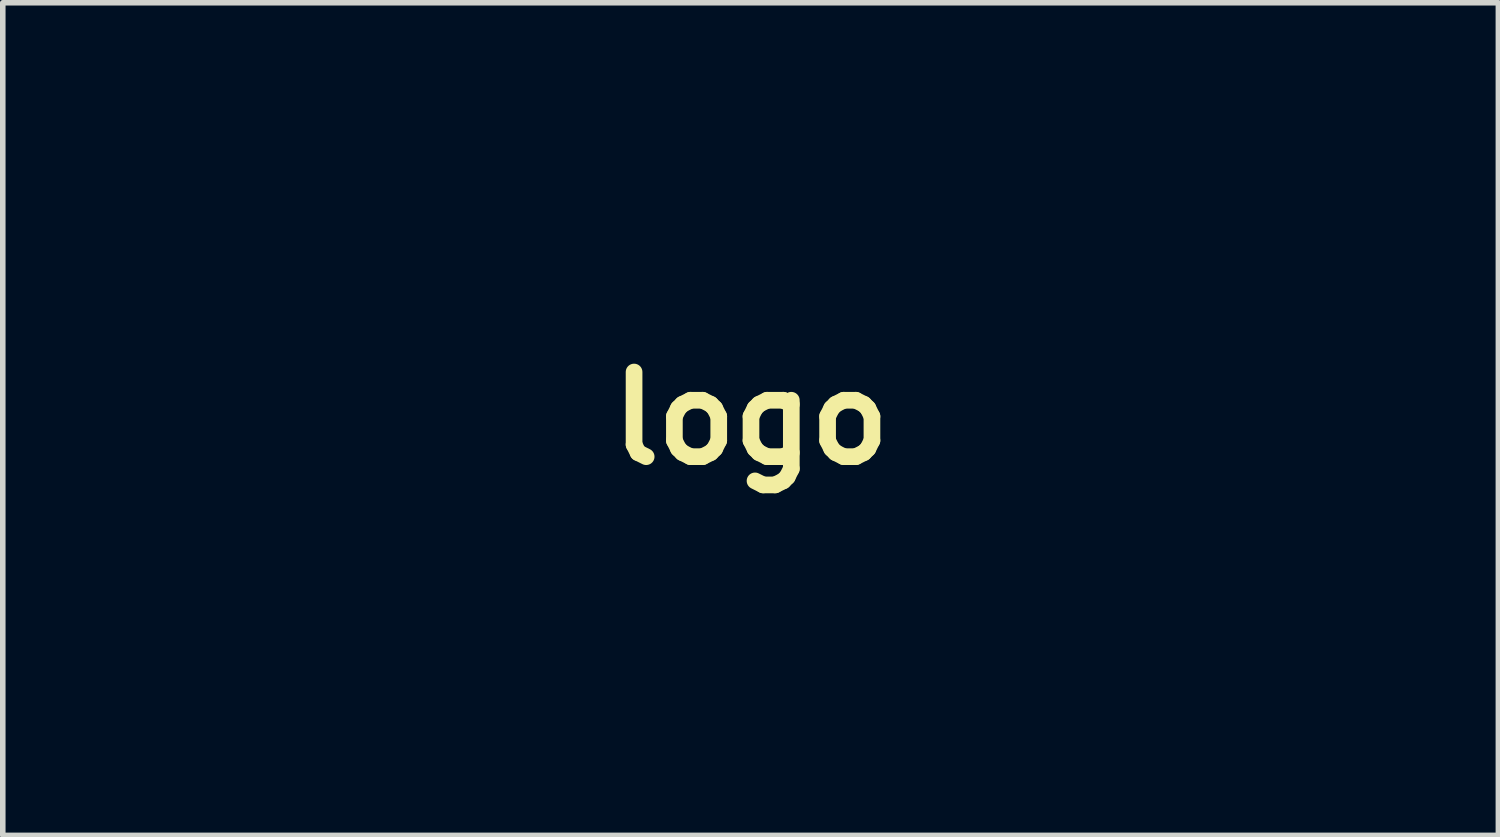
<source format=kicad_pcb>
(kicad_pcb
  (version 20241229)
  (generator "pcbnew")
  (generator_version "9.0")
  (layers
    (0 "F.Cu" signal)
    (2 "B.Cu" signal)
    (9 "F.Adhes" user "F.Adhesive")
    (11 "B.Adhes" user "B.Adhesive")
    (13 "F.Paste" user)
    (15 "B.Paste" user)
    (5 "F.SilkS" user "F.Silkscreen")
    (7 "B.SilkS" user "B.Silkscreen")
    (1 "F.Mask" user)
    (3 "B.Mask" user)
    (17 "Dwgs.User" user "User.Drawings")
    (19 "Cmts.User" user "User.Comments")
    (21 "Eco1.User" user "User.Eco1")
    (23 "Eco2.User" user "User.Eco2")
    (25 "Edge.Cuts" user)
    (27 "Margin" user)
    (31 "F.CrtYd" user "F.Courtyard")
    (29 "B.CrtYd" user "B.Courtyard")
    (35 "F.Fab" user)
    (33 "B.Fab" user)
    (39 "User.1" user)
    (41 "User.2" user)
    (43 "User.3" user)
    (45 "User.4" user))
  (footprint "logo"
    (layer "F.Cu")
    (at 10.468 4.481)
    (property "Reference" "logo" (at 0 0 0) (layer "F.SilkS") (effects (font (size 1.524 1.524) (thickness 0.3))))
    (attr through_hole)
    (fp_poly (pts (xy 0.082 -1.917) (xy 0.088 -1.912) (xy 0.113 -1.861) (xy 0.112 -1.798) (xy 0.088 -1.746) (xy 0.071 -1.733) (xy -0.002 -1.71) (xy -0.062 -1.73) (xy -0.079 -1.745) (xy -0.11 -1.802) (xy -0.111 -1.866) (xy -0.088 -1.912) (xy -0.038 -1.935) (xy 0.027 -1.937) (xy 0.082 -1.917)) (stroke (width 0.01) (type solid)) (fill yes) (layer "F.Mask"))
    (fp_poly (pts (xy -1.159 -1.874) (xy -1.109 -1.824) (xy -1.073 -1.761) (xy -1.062 -1.71) (xy -1.081 -1.632) (xy -1.131 -1.577) (xy -1.199 -1.548) (xy -1.273 -1.55) (xy -1.341 -1.587) (xy -1.361 -1.608) (xy -1.399 -1.669) (xy -1.405 -1.724) (xy -1.383 -1.786) (xy -1.335 -1.844) (xy -1.264 -1.884) (xy -1.21 -1.893) (xy -1.159 -1.874)) (stroke (width 0.01) (type solid)) (fill yes) (layer "F.Mask"))
    (fp_poly (pts (xy -3.138 2.225) (xy -3.06 2.289) (xy -3.014 2.374) (xy -3.006 2.459) (xy -3.031 2.54) (xy -3.081 2.607) (xy -3.151 2.653) (xy -3.234 2.672) (xy -3.323 2.656) (xy -3.363 2.635) (xy -3.434 2.568) (xy -3.468 2.484) (xy -3.469 2.436) (xy -3.377 2.436) (xy -3.357 2.504) (xy -3.307 2.559) (xy -3.241 2.586) (xy -3.23 2.586) (xy -3.182 2.571) (xy -3.14 2.54) (xy -3.105 2.485) (xy -3.094 2.436) (xy -3.112 2.373) (xy -3.157 2.318) (xy -3.214 2.288) (xy -3.23 2.286) (xy -3.297 2.307) (xy -3.351 2.358) (xy -3.376 2.425) (xy -3.377 2.436) (xy -3.469 2.436) (xy -3.469 2.394) (xy -3.436 2.311) (xy -3.37 2.245) (xy -3.332 2.225) (xy -3.23 2.203) (xy -3.138 2.225)) (stroke (width 0.01) (type solid)) (fill yes) (layer "F.Mask"))
    (fp_poly (pts (xy -1.089 -2.207) (xy -0.964 -2.153) (xy -0.853 -2.061) (xy -0.833 -2.038) (xy -0.757 -1.913) (xy -0.721 -1.777) (xy -0.724 -1.638) (xy -0.764 -1.504) (xy -0.839 -1.384) (xy -0.947 -1.286) (xy -1.002 -1.254) (xy -1.086 -1.226) (xy -1.193 -1.212) (xy -1.302 -1.211) (xy -1.392 -1.226) (xy -1.403 -1.23) (xy -1.536 -1.304) (xy -1.637 -1.409) (xy -1.704 -1.54) (xy -1.731 -1.691) (xy -1.731 -1.699) (xy -1.541 -1.699) (xy -1.513 -1.587) (xy -1.511 -1.582) (xy -1.443 -1.488) (xy -1.347 -1.43) (xy -1.224 -1.409) (xy -1.215 -1.409) (xy -1.144 -1.413) (xy -1.093 -1.431) (xy -1.04 -1.472) (xy -1.013 -1.498) (xy -0.96 -1.557) (xy -0.933 -1.606) (xy -0.924 -1.667) (xy -0.924 -1.7) (xy -0.943 -1.819) (xy -0.994 -1.915) (xy -1.07 -1.986) (xy -1.163 -2.025) (xy -1.265 -2.029) (xy -1.37 -1.992) (xy -1.378 -1.987) (xy -1.471 -1.907) (xy -1.526 -1.809) (xy -1.541 -1.699) (xy -1.731 -1.699) (xy -1.732 -1.717) (xy -1.712 -1.863) (xy -1.657 -1.988) (xy -1.573 -2.089) (xy -1.467 -2.164) (xy -1.347 -2.21) (xy -1.218 -2.225) (xy -1.089 -2.207)) (stroke (width 0.01) (type solid)) (fill yes) (layer "F.Mask"))
    (fp_poly (pts (xy -6.995 0.495) (xy -6.847 0.546) (xy -6.711 0.63) (xy -6.594 0.747) (xy -6.503 0.898) (xy -6.501 0.903) (xy -6.467 0.985) (xy -6.449 1.053) (xy -6.444 1.127) (xy -6.447 1.221) (xy -6.477 1.405) (xy -6.544 1.562) (xy -6.649 1.692) (xy -6.792 1.797) (xy -6.84 1.823) (xy -6.929 1.863) (xy -7.006 1.884) (xy -7.094 1.892) (xy -7.145 1.892) (xy -7.244 1.886) (xy -7.341 1.872) (xy -7.406 1.855) (xy -7.513 1.799) (xy -7.622 1.712) (xy -7.72 1.605) (xy -7.793 1.492) (xy -7.796 1.486) (xy -7.848 1.328) (xy -7.859 1.189) (xy -7.747 1.189) (xy -7.745 1.29) (xy -7.736 1.361) (xy -7.716 1.42) (xy -7.684 1.482) (xy -7.58 1.616) (xy -7.453 1.714) (xy -7.31 1.775) (xy -7.155 1.795) (xy -6.997 1.774) (xy -6.857 1.717) (xy -6.725 1.622) (xy -6.628 1.502) (xy -6.566 1.365) (xy -6.54 1.217) (xy -6.551 1.068) (xy -6.601 0.923) (xy -6.69 0.791) (xy -6.716 0.763) (xy -6.847 0.661) (xy -6.991 0.6) (xy -7.142 0.579) (xy -7.291 0.596) (xy -7.434 0.649) (xy -7.562 0.739) (xy -7.668 0.864) (xy -7.704 0.924) (xy -7.729 0.992) (xy -7.743 1.082) (xy -7.747 1.189) (xy -7.859 1.189) (xy -7.861 1.159) (xy -7.835 0.992) (xy -7.8 0.899) (xy -7.708 0.748) (xy -7.59 0.63) (xy -7.454 0.546) (xy -7.305 0.496) (xy -7.15 0.479) (xy -6.995 0.495)) (stroke (width 0.01) (type solid)) (fill yes) (layer "F.Mask"))
    (fp_poly (pts (xy 7.163 0.496) (xy 7.313 0.548) (xy 7.45 0.633) (xy 7.568 0.754) (xy 7.638 0.863) (xy 7.669 0.928) (xy 7.688 0.989) (xy 7.697 1.061) (xy 7.7 1.159) (xy 7.7 1.189) (xy 7.698 1.3) (xy 7.69 1.379) (xy 7.673 1.441) (xy 7.649 1.494) (xy 7.549 1.644) (xy 7.424 1.759) (xy 7.339 1.813) (xy 7.262 1.849) (xy 7.189 1.871) (xy 7.099 1.882) (xy 7.031 1.886) (xy 6.88 1.883) (xy 6.766 1.862) (xy 6.748 1.856) (xy 6.643 1.8) (xy 6.535 1.714) (xy 6.437 1.611) (xy 6.364 1.504) (xy 6.349 1.473) (xy 6.302 1.312) (xy 6.296 1.189) (xy 6.397 1.189) (xy 6.417 1.349) (xy 6.475 1.49) (xy 6.564 1.609) (xy 6.678 1.701) (xy 6.811 1.763) (xy 6.957 1.793) (xy 7.109 1.785) (xy 7.261 1.736) (xy 7.298 1.717) (xy 7.433 1.621) (xy 7.53 1.499) (xy 7.588 1.352) (xy 7.607 1.189) (xy 7.604 1.091) (xy 7.591 1.018) (xy 7.563 0.947) (xy 7.54 0.904) (xy 7.439 0.764) (xy 7.314 0.662) (xy 7.169 0.6) (xy 7.006 0.581) (xy 6.951 0.583) (xy 6.789 0.62) (xy 6.648 0.693) (xy 6.534 0.799) (xy 6.451 0.933) (xy 6.405 1.087) (xy 6.397 1.189) (xy 6.296 1.189) (xy 6.294 1.141) (xy 6.325 0.975) (xy 6.354 0.899) (xy 6.446 0.748) (xy 6.564 0.63) (xy 6.701 0.546) (xy 6.851 0.496) (xy 7.007 0.479) (xy 7.163 0.496)) (stroke (width 0.01) (type solid)) (fill yes) (layer "F.Mask"))
    (fp_poly (pts (xy 7.217 -0.704) (xy 7.478 -0.664) (xy 7.722 -0.585) (xy 7.959 -0.467) (xy 8.056 -0.406) (xy 8.283 -0.228) (xy 8.483 -0.016) (xy 8.65 0.223) (xy 8.781 0.484) (xy 8.86 0.716) (xy 8.886 0.851) (xy 8.9 1.016) (xy 8.904 1.197) (xy 8.897 1.378) (xy 8.879 1.546) (xy 8.851 1.685) (xy 8.849 1.693) (xy 8.746 1.969) (xy 8.605 2.224) (xy 8.428 2.454) (xy 8.221 2.655) (xy 7.986 2.823) (xy 7.727 2.955) (xy 7.524 3.027) (xy 7.398 3.054) (xy 7.243 3.074) (xy 7.075 3.085) (xy 6.907 3.088) (xy 6.753 3.081) (xy 6.629 3.064) (xy 6.616 3.061) (xy 6.327 2.972) (xy 6.06 2.845) (xy 5.82 2.683) (xy 5.607 2.488) (xy 5.427 2.264) (xy 5.281 2.013) (xy 5.172 1.739) (xy 5.147 1.651) (xy 5.114 1.468) (xy 5.098 1.261) (xy 5.099 1.178) (xy 5.208 1.178) (xy 5.211 1.361) (xy 5.225 1.514) (xy 5.252 1.649) (xy 5.295 1.783) (xy 5.358 1.928) (xy 5.396 2.006) (xy 5.537 2.237) (xy 5.714 2.446) (xy 5.922 2.627) (xy 6.154 2.777) (xy 6.406 2.892) (xy 6.671 2.967) (xy 6.735 2.978) (xy 6.883 2.991) (xy 7.055 2.99) (xy 7.235 2.975) (xy 7.402 2.949) (xy 7.462 2.935) (xy 7.725 2.844) (xy 7.97 2.713) (xy 8.191 2.547) (xy 8.385 2.349) (xy 8.548 2.123) (xy 8.677 1.874) (xy 8.756 1.643) (xy 8.788 1.471) (xy 8.804 1.274) (xy 8.802 1.07) (xy 8.784 0.875) (xy 8.755 0.733) (xy 8.66 0.461) (xy 8.526 0.213) (xy 8.351 -0.013) (xy 8.222 -0.143) (xy 8.002 -0.318) (xy 7.765 -0.453) (xy 7.506 -0.548) (xy 7.267 -0.601) (xy 6.995 -0.622) (xy 6.725 -0.6) (xy 6.462 -0.536) (xy 6.211 -0.435) (xy 5.977 -0.297) (xy 5.765 -0.127) (xy 5.581 0.074) (xy 5.428 0.304) (xy 5.405 0.346) (xy 5.324 0.515) (xy 5.267 0.668) (xy 5.232 0.82) (xy 5.213 0.987) (xy 5.208 1.178) (xy 5.099 1.178) (xy 5.101 1.047) (xy 5.123 0.846) (xy 5.147 0.727) (xy 5.242 0.448) (xy 5.376 0.19) (xy 5.546 -0.044) (xy 5.747 -0.249) (xy 5.978 -0.422) (xy 6.154 -0.52) (xy 6.311 -0.592) (xy 6.451 -0.643) (xy 6.59 -0.677) (xy 6.744 -0.698) (xy 6.927 -0.71) (xy 6.931 -0.71) (xy 7.217 -0.704)) (stroke (width 0.01) (type solid)) (fill yes) (layer "F.Mask"))
    (fp_poly (pts (xy -1.305 -2.876) (xy -1.18 -2.87) (xy -1.056 -2.863) (xy -0.95 -2.858) (xy -0.889 -2.855) (xy -0.779 -2.837) (xy -0.64 -2.793) (xy -0.476 -2.726) (xy -0.296 -2.64) (xy -0.104 -2.537) (xy 0.093 -2.42) (xy 0.289 -2.294) (xy 0.383 -2.228) (xy 0.488 -2.147) (xy 0.603 -2.049) (xy 0.72 -1.941) (xy 0.836 -1.827) (xy 0.944 -1.714) (xy 1.04 -1.607) (xy 1.118 -1.511) (xy 1.173 -1.432) (xy 1.199 -1.375) (xy 1.201 -1.364) (xy 1.197 -1.331) (xy 1.183 -1.307) (xy 1.153 -1.29) (xy 1.101 -1.28) (xy 1.021 -1.275) (xy 0.908 -1.276) (xy 0.757 -1.28) (xy 0.694 -1.283) (xy 0.557 -1.287) (xy 0.438 -1.291) (xy 0.343 -1.292) (xy 0.279 -1.292) (xy 0.254 -1.289) (xy 0.254 -1.289) (xy 0.271 -1.27) (xy 0.312 -1.236) (xy 0.324 -1.227) (xy 0.394 -1.175) (xy 0.552 -1.273) (xy 0.83 -1.185) (xy 0.935 -1.151) (xy 1.022 -1.12) (xy 1.082 -1.097) (xy 1.108 -1.084) (xy 1.108 -1.084) (xy 1.088 -1.07) (xy 1.034 -1.039) (xy 0.952 -0.997) (xy 0.848 -0.945) (xy 0.768 -0.906) (xy 0.544 -0.801) (xy 0.338 -0.713) (xy 0.158 -0.643) (xy 0.007 -0.594) (xy -0.057 -0.578) (xy -0.111 -0.559) (xy -0.17 -0.524) (xy -0.241 -0.466) (xy -0.332 -0.38) (xy -0.336 -0.376) (xy -0.541 -0.205) (xy -0.763 -0.076) (xy -1 0.009) (xy -1.251 0.051) (xy -1.513 0.048) (xy -1.536 0.046) (xy -1.789 -0.003) (xy -2.022 -0.093) (xy -2.237 -0.225) (xy -2.415 -0.379) (xy -2.584 -0.579) (xy -2.713 -0.798) (xy -2.8 -1.031) (xy -2.846 -1.274) (xy -2.849 -1.498) (xy -2.655 -1.498) (xy -2.649 -1.275) (xy -2.603 -1.056) (xy -2.516 -0.845) (xy -2.389 -0.647) (xy -2.286 -0.53) (xy -2.119 -0.382) (xy -1.945 -0.274) (xy -1.752 -0.199) (xy -1.705 -0.185) (xy -1.468 -0.145) (xy -1.233 -0.15) (xy -1.053 -0.184) (xy -0.869 -0.243) (xy -0.711 -0.323) (xy -0.561 -0.433) (xy -0.502 -0.485) (xy -0.361 -0.615) (xy -0.422 -0.696) (xy -0.509 -0.832) (xy -0.565 -0.98) (xy -0.592 -1.145) (xy -0.591 -1.333) (xy -0.561 -1.551) (xy -0.544 -1.639) (xy -0.519 -1.756) (xy -0.497 -1.862) (xy -0.48 -1.946) (xy -0.47 -1.997) (xy -0.47 -1.998) (xy -0.467 -2.03) (xy -0.476 -2.062) (xy -0.5 -2.099) (xy -0.545 -2.15) (xy -0.617 -2.222) (xy -0.662 -2.265) (xy -0.791 -2.391) (xy -0.892 -2.488) (xy -0.971 -2.561) (xy -1.033 -2.613) (xy -1.082 -2.648) (xy -1.126 -2.67) (xy -1.169 -2.682) (xy -1.216 -2.688) (xy -1.273 -2.692) (xy -1.297 -2.693) (xy -1.538 -2.688) (xy -1.767 -2.638) (xy -1.981 -2.545) (xy -2.179 -2.409) (xy -2.276 -2.32) (xy -2.431 -2.136) (xy -2.546 -1.934) (xy -2.62 -1.72) (xy -2.655 -1.498) (xy -2.849 -1.498) (xy -2.849 -1.522) (xy -2.81 -1.771) (xy -2.726 -2.016) (xy -2.662 -2.147) (xy -2.564 -2.294) (xy -2.436 -2.44) (xy -2.29 -2.574) (xy -2.139 -2.683) (xy -2.116 -2.695) (xy -0.865 -2.695) (xy -0.864 -2.682) (xy -0.842 -2.654) (xy -0.797 -2.607) (xy -0.726 -2.538) (xy -0.625 -2.443) (xy -0.593 -2.412) (xy -0.468 -2.292) (xy -0.377 -2.2) (xy -0.319 -2.134) (xy -0.291 -2.092) (xy -0.289 -2.077) (xy -0.323 -1.952) (xy -0.358 -1.799) (xy -0.389 -1.634) (xy -0.414 -1.475) (xy -0.429 -1.338) (xy -0.432 -1.302) (xy -0.437 -1.192) (xy -0.436 -1.114) (xy -0.429 -1.055) (xy -0.412 -1) (xy -0.384 -0.935) (xy -0.383 -0.933) (xy -0.334 -0.832) (xy -0.292 -0.767) (xy -0.25 -0.732) (xy -0.199 -0.72) (xy -0.136 -0.723) (xy -0.067 -0.737) (xy 0.029 -0.764) (xy 0.137 -0.799) (xy 0.191 -0.818) (xy 0.307 -0.864) (xy 0.429 -0.913) (xy 0.535 -0.959) (xy 0.568 -0.974) (xy 0.726 -1.048) (xy 0.649 -1.079) (xy 0.6 -1.096) (xy 0.558 -1.094) (xy 0.505 -1.072) (xy 0.471 -1.053) (xy 0.369 -0.996) (xy 0.232 -1.111) (xy 0.128 -1.05) (xy 0.066 -1.018) (xy 0.018 -1.002) (xy 0.003 -1.003) (xy -0.012 -1.028) (xy -0.037 -1.085) (xy -0.066 -1.162) (xy -0.097 -1.249) (xy -0.107 -1.281) (xy 0.055 -1.281) (xy 0.055 -1.28) (xy 0.068 -1.236) (xy 0.069 -1.222) (xy 0.075 -1.204) (xy 0.098 -1.206) (xy 0.15 -1.229) (xy 0.168 -1.239) (xy 0.214 -1.265) (xy 0.223 -1.28) (xy 0.198 -1.294) (xy 0.196 -1.295) (xy 0.134 -1.311) (xy 0.096 -1.315) (xy 0.057 -1.308) (xy 0.055 -1.281) (xy -0.107 -1.281) (xy -0.125 -1.334) (xy -0.147 -1.405) (xy -0.158 -1.453) (xy -0.158 -1.465) (xy -0.134 -1.467) (xy -0.071 -1.466) (xy 0.022 -1.462) (xy 0.138 -1.457) (xy 0.219 -1.453) (xy 0.445 -1.442) (xy 0.633 -1.436) (xy 0.781 -1.434) (xy 0.887 -1.435) (xy 0.951 -1.442) (xy 0.97 -1.451) (xy 0.954 -1.48) (xy 0.91 -1.534) (xy 0.845 -1.605) (xy 0.765 -1.689) (xy 0.676 -1.776) (xy 0.586 -1.863) (xy 0.5 -1.941) (xy 0.431 -1.999) (xy 0.322 -2.082) (xy 0.195 -2.174) (xy 0.072 -2.256) (xy 0.035 -2.28) (xy -0.083 -2.35) (xy -0.215 -2.423) (xy -0.354 -2.495) (xy -0.49 -2.562) (xy -0.615 -2.619) (xy -0.721 -2.663) (xy -0.799 -2.69) (xy -0.821 -2.695) (xy -0.85 -2.698) (xy -0.865 -2.695) (xy -2.116 -2.695) (xy -2.055 -2.729) (xy -1.898 -2.8) (xy -1.756 -2.847) (xy -1.616 -2.873) (xy -1.46 -2.881) (xy -1.305 -2.876)) (stroke (width 0.01) (type solid)) (fill yes) (layer "F.Mask"))
    (fp_poly (pts (xy 0.507 -4.474) (xy 0.78 -4.47) (xy 1.047 -4.464) (xy 1.3 -4.456) (xy 1.53 -4.446) (xy 1.729 -4.434) (xy 1.859 -4.423) (xy 2.744 -4.316) (xy 3.615 -4.165) (xy 4.47 -3.971) (xy 5.31 -3.734) (xy 6.132 -3.454) (xy 6.937 -3.132) (xy 7.724 -2.767) (xy 8.492 -2.361) (xy 9.24 -1.913) (xy 9.969 -1.423) (xy 10.194 -1.26) (xy 10.448 -1.074) (xy 10.287 -1.059) (xy 10.2 -1.052) (xy 10.083 -1.043) (xy 9.95 -1.035) (xy 9.816 -1.028) (xy 9.808 -1.027) (xy 9.49 -1.011) (xy 9.58 -0.904) (xy 9.742 -0.686) (xy 9.895 -0.436) (xy 10.029 -0.171) (xy 10.138 0.096) (xy 10.158 0.156) (xy 10.21 0.322) (xy 10.249 0.468) (xy 10.276 0.605) (xy 10.294 0.745) (xy 10.305 0.901) (xy 10.309 1.084) (xy 10.309 1.201) (xy 10.308 1.364) (xy 10.306 1.492) (xy 10.3 1.594) (xy 10.292 1.681) (xy 10.279 1.764) (xy 10.26 1.852) (xy 10.248 1.907) (xy 10.135 2.29) (xy 9.982 2.651) (xy 9.792 2.988) (xy 9.567 3.298) (xy 9.307 3.579) (xy 9.016 3.83) (xy 8.694 4.046) (xy 8.541 4.132) (xy 8.309 4.24) (xy 8.053 4.338) (xy 7.794 4.417) (xy 7.666 4.448) (xy 7.538 4.468) (xy 7.376 4.483) (xy 7.192 4.491) (xy 6.997 4.494) (xy 6.802 4.491) (xy 6.62 4.482) (xy 6.462 4.467) (xy 6.35 4.448) (xy 5.963 4.34) (xy 5.59 4.189) (xy 5.485 4.138) (xy 5.352 4.064) (xy 5.208 3.975) (xy 5.062 3.878) (xy 4.927 3.779) (xy 4.811 3.686) (xy 4.726 3.607) (xy 4.725 3.606) (xy 4.677 3.565) (xy 4.638 3.547) (xy 4.629 3.548) (xy 4.601 3.542) (xy 4.536 3.52) (xy 4.439 3.484) (xy 4.314 3.436) (xy 4.167 3.377) (xy 4.002 3.31) (xy 3.847 3.246) (xy 3.51 3.106) (xy 3.972 3.106) (xy 3.983 3.117) (xy 3.995 3.106) (xy 3.983 3.094) (xy 3.972 3.106) (xy 3.51 3.106) (xy 3.094 2.933) (xy -4.314 2.933) (xy -4.421 3.083) (xy -4.671 3.395) (xy -4.949 3.671) (xy -5.253 3.91) (xy -5.581 4.111) (xy -5.93 4.273) (xy -6.299 4.393) (xy -6.592 4.457) (xy -6.74 4.476) (xy -6.913 4.491) (xy -7.097 4.499) (xy -7.276 4.501) (xy -7.436 4.496) (xy -7.539 4.487) (xy -7.592 4.479) (xy -7.675 4.463) (xy -7.777 4.443) (xy -7.837 4.431) (xy -8.209 4.331) (xy -8.561 4.191) (xy -8.892 4.012) (xy -9.198 3.799) (xy -9.478 3.552) (xy -9.728 3.276) (xy -9.947 2.971) (xy -10.132 2.641) (xy -10.28 2.289) (xy -10.39 1.916) (xy -10.428 1.732) (xy -10.448 1.574) (xy -10.46 1.385) (xy -10.463 1.18) (xy -10.463 1.18) (xy -10.294 1.18) (xy -10.274 1.535) (xy -10.214 1.888) (xy -10.112 2.235) (xy -9.969 2.572) (xy -9.784 2.895) (xy -9.659 3.073) (xy -9.412 3.364) (xy -9.135 3.62) (xy -8.828 3.841) (xy -8.495 4.025) (xy -8.298 4.111) (xy -8.104 4.178) (xy -7.887 4.236) (xy -7.661 4.282) (xy -7.439 4.314) (xy -7.233 4.329) (xy -7.066 4.327) (xy -6.988 4.321) (xy -6.887 4.313) (xy -6.791 4.305) (xy -6.493 4.26) (xy -6.187 4.176) (xy -5.882 4.057) (xy -5.586 3.906) (xy -5.307 3.728) (xy -5.052 3.528) (xy -4.829 3.309) (xy -4.791 3.265) (xy -4.709 3.167) (xy -4.639 3.079) (xy -4.586 3.008) (xy -4.555 2.961) (xy -4.549 2.946) (xy -4.571 2.942) (xy -4.633 2.939) (xy -4.728 2.936) (xy -4.85 2.934) (xy -4.993 2.933) (xy -5.092 2.933) (xy -5.636 2.933) (xy -5.814 3.057) (xy -6.098 3.23) (xy -6.391 3.358) (xy -6.694 3.441) (xy -7.009 3.48) (xy -7.271 3.481) (xy -7.574 3.446) (xy -7.862 3.372) (xy -8.125 3.266) (xy -8.414 3.105) (xy -8.671 2.912) (xy -8.895 2.687) (xy -9.085 2.43) (xy -9.242 2.141) (xy -9.364 1.823) (xy -9.393 1.725) (xy -9.409 1.652) (xy -9.421 1.565) (xy -9.428 1.457) (xy -9.432 1.317) (xy -9.433 1.189) (xy -9.432 1.135) (xy -9.318 1.135) (xy -9.318 1.318) (xy -9.307 1.489) (xy -9.287 1.635) (xy -9.275 1.686) (xy -9.201 1.92) (xy -9.116 2.128) (xy -9.037 2.277) (xy -8.85 2.547) (xy -8.634 2.781) (xy -8.39 2.977) (xy -8.121 3.136) (xy -7.827 3.256) (xy -7.51 3.336) (xy -7.445 3.347) (xy -7.312 3.359) (xy -7.151 3.36) (xy -6.976 3.351) (xy -6.804 3.333) (xy -6.65 3.306) (xy -6.627 3.301) (xy -6.522 3.27) (xy -6.396 3.224) (xy -6.262 3.168) (xy -6.132 3.107) (xy -6.018 3.048) (xy -5.932 2.995) (xy -5.911 2.98) (xy -5.854 2.934) (xy -6.098 2.933) (xy -6.227 2.935) (xy -6.327 2.944) (xy -6.414 2.961) (xy -6.506 2.988) (xy -6.793 3.063) (xy -7.082 3.093) (xy -7.369 3.081) (xy -7.65 3.027) (xy -7.919 2.933) (xy -8.171 2.799) (xy -8.403 2.626) (xy -8.484 2.552) (xy -8.682 2.328) (xy -8.837 2.087) (xy -8.951 1.829) (xy -9.023 1.551) (xy -9.053 1.252) (xy -9.054 1.213) (xy -8.949 1.213) (xy -8.943 1.396) (xy -8.923 1.558) (xy -8.905 1.639) (xy -8.81 1.904) (xy -8.676 2.149) (xy -8.508 2.371) (xy -8.309 2.565) (xy -8.085 2.728) (xy -7.838 2.857) (xy -7.575 2.946) (xy -7.419 2.978) (xy -7.332 2.987) (xy -7.222 2.99) (xy -7.102 2.99) (xy -6.984 2.985) (xy -6.881 2.976) (xy -6.807 2.964) (xy -6.785 2.957) (xy -6.777 2.948) (xy -6.807 2.941) (xy -6.88 2.936) (xy -6.995 2.934) (xy -7.025 2.934) (xy -7.32 2.933) (xy -7.32 2.105) (xy -7.16 2.105) (xy -6.957 2.087) (xy -6.775 2.03) (xy -6.627 1.946) (xy -6.477 1.815) (xy -6.363 1.663) (xy -6.286 1.496) (xy -6.244 1.319) (xy -6.238 1.138) (xy -6.266 0.959) (xy -6.329 0.789) (xy -6.425 0.632) (xy -6.555 0.496) (xy -6.717 0.385) (xy -6.765 0.361) (xy -6.858 0.322) (xy -6.944 0.299) (xy -7.046 0.286) (xy -7.117 0.281) (xy -7.32 0.271) (xy -7.32 0.082) (xy -7.16 0.082) (xy -6.995 0.108) (xy -6.786 0.163) (xy -6.594 0.255) (xy -6.426 0.38) (xy -6.283 0.532) (xy -6.172 0.707) (xy -6.095 0.899) (xy -6.057 1.104) (xy -6.057 1.272) (xy -6.097 1.488) (xy -6.175 1.687) (xy -6.289 1.866) (xy -6.433 2.018) (xy -6.603 2.141) (xy -6.795 2.228) (xy -7.003 2.276) (xy -7.023 2.278) (xy -7.16 2.293) (xy -7.153 2.526) (xy -7.147 2.759) (xy -1.963 2.771) (xy 3.221 2.782) (xy 3.568 2.936) (xy 3.704 2.996) (xy 3.804 3.04) (xy 3.872 3.069) (xy 3.916 3.085) (xy 3.939 3.091) (xy 3.948 3.089) (xy 3.949 3.086) (xy 3.929 3.073) (xy 3.875 3.038) (xy 3.788 2.985) (xy 3.674 2.915) (xy 3.536 2.832) (xy 3.378 2.736) (xy 3.205 2.632) (xy 3.067 2.549) (xy 2.827 2.405) (xy 2.623 2.28) (xy 2.452 2.173) (xy 2.311 2.081) (xy 2.195 2) (xy 2.101 1.928) (xy 2.025 1.863) (xy 1.964 1.801) (xy 1.915 1.739) (xy 1.873 1.675) (xy 1.835 1.606) (xy 1.82 1.577) (xy 1.783 1.499) (xy 1.761 1.435) (xy 1.749 1.368) (xy 1.744 1.284) (xy 1.743 1.201) (xy 1.744 1.189) (xy 1.906 1.189) (xy 1.907 1.289) (xy 1.916 1.361) (xy 1.937 1.425) (xy 1.974 1.501) (xy 1.984 1.519) (xy 2.016 1.575) (xy 2.05 1.627) (xy 2.091 1.678) (xy 2.14 1.73) (xy 2.201 1.784) (xy 2.278 1.845) (xy 2.373 1.913) (xy 2.49 1.992) (xy 2.632 2.083) (xy 2.802 2.188) (xy 3.003 2.311) (xy 3.238 2.453) (xy 3.43 2.569) (xy 3.636 2.692) (xy 3.83 2.808) (xy 4.009 2.914) (xy 4.168 3.009) (xy 4.305 3.09) (xy 4.416 3.154) (xy 4.496 3.201) (xy 4.543 3.227) (xy 4.555 3.233) (xy 4.557 3.21) (xy 4.56 3.145) (xy 4.562 3.04) (xy 4.564 2.898) (xy 4.566 2.724) (xy 4.568 2.519) (xy 4.569 2.288) (xy 4.57 2.034) (xy 4.571 1.76) (xy 4.572 1.469) (xy 4.572 1.217) (xy 4.829 1.217) (xy 4.853 1.518) (xy 4.917 1.811) (xy 5.02 2.089) (xy 5.022 2.094) (xy 5.149 2.326) (xy 5.31 2.551) (xy 5.494 2.755) (xy 5.693 2.929) (xy 5.76 2.978) (xy 5.909 3.069) (xy 6.081 3.156) (xy 6.255 3.23) (xy 6.398 3.278) (xy 6.63 3.332) (xy 6.842 3.361) (xy 7.051 3.366) (xy 7.27 3.347) (xy 7.58 3.286) (xy 7.871 3.183) (xy 8.143 3.042) (xy 8.39 2.866) (xy 8.61 2.656) (xy 8.8 2.415) (xy 8.956 2.147) (xy 9.075 1.854) (xy 9.083 1.83) (xy 9.156 1.525) (xy 9.183 1.218) (xy 9.164 0.912) (xy 9.1 0.609) (xy 8.99 0.31) (xy 8.948 0.219) (xy 8.797 -0.043) (xy 8.62 -0.271) (xy 8.412 -0.472) (xy 8.358 -0.516) (xy 8.097 -0.694) (xy 7.818 -0.832) (xy 7.526 -0.927) (xy 7.224 -0.98) (xy 6.918 -0.989) (xy 6.647 -0.959) (xy 6.337 -0.884) (xy 6.052 -0.771) (xy 5.79 -0.619) (xy 5.547 -0.426) (xy 5.407 -0.287) (xy 5.279 -0.141) (xy 5.177 -0.002) (xy 5.089 0.147) (xy 5.006 0.322) (xy 4.995 0.346) (xy 4.9 0.623) (xy 4.844 0.916) (xy 4.829 1.217) (xy 4.572 1.217) (xy 4.572 1.175) (xy 4.572 -0.883) (xy 4.52 -0.849) (xy 4.491 -0.832) (xy 4.426 -0.792) (xy 4.329 -0.734) (xy 4.204 -0.659) (xy 4.054 -0.569) (xy 3.884 -0.467) (xy 3.698 -0.356) (xy 3.499 -0.236) (xy 3.394 -0.174) (xy 3.154 -0.03) (xy 2.95 0.093) (xy 2.779 0.197) (xy 2.637 0.284) (xy 2.521 0.357) (xy 2.427 0.419) (xy 2.351 0.471) (xy 2.29 0.515) (xy 2.241 0.555) (xy 2.199 0.592) (xy 2.17 0.621) (xy 2.058 0.744) (xy 1.981 0.855) (xy 1.933 0.966) (xy 1.91 1.088) (xy 1.906 1.189) (xy 1.744 1.189) (xy 1.745 1.099) (xy 1.75 1.01) (xy 1.758 0.947) (xy 1.762 0.929) (xy 1.781 0.877) (xy 1.243 0.878) (xy 0.704 0.879) (xy 0.777 0.942) (xy 0.861 1.036) (xy 0.9 1.134) (xy 0.894 1.233) (xy 0.845 1.329) (xy 0.752 1.42) (xy 0.648 1.486) (xy 0.583 1.517) (xy 0.485 1.557) (xy 0.367 1.601) (xy 0.242 1.644) (xy 0.214 1.653) (xy -0.027 1.732) (xy -0.261 1.808) (xy -0.485 1.88) (xy -0.693 1.946) (xy -0.883 2.006) (xy -1.048 2.059) (xy -1.185 2.101) (xy -1.29 2.133) (xy -1.358 2.153) (xy -1.38 2.158) (xy -1.455 2.174) (xy -1.455 0.877) (xy -1.339 0.877) (xy -1.339 1.455) (xy -1.339 1.639) (xy -1.337 1.782) (xy -1.334 1.888) (xy -1.33 1.962) (xy -1.324 2.007) (xy -1.316 2.028) (xy -1.309 2.032) (xy -1.281 2.025) (xy -1.214 2.005) (xy -1.113 1.974) (xy -0.983 1.934) (xy -0.828 1.885) (xy -0.654 1.829) (xy -0.466 1.769) (xy -0.414 1.752) (xy -0.218 1.688) (xy -0.03 1.625) (xy 0.143 1.567) (xy 0.296 1.514) (xy 0.423 1.469) (xy 0.518 1.433) (xy 0.575 1.409) (xy 0.581 1.407) (xy 0.701 1.333) (xy 0.776 1.258) (xy 0.804 1.181) (xy 0.787 1.104) (xy 0.723 1.028) (xy 0.613 0.954) (xy 0.581 0.937) (xy 0.463 0.877) (xy -1.339 0.877) (xy -1.455 0.877) (xy -1.977 0.877) (xy -2.345 1.411) (xy -2.469 1.59) (xy -2.572 1.735) (xy -2.658 1.849) (xy -2.728 1.938) (xy -2.788 2.004) (xy -2.841 2.052) (xy -2.89 2.087) (xy -2.94 2.112) (xy -2.947 2.116) (xy -3.042 2.139) (xy -3.156 2.146) (xy -3.269 2.137) (xy -3.361 2.111) (xy -3.363 2.11) (xy -3.454 2.045) (xy -3.534 1.948) (xy -3.585 1.844) (xy -3.592 1.807) (xy -3.598 1.737) (xy -3.604 1.63) (xy -3.609 1.486) (xy -3.613 1.303) (xy -3.617 1.079) (xy -3.621 0.812) (xy -3.624 0.501) (xy -3.625 0.454) (xy -3.637 -0.859) (xy -4.63 -1.39) (xy -4.832 -1.499) (xy -5.026 -1.604) (xy -5.206 -1.702) (xy -5.369 -1.791) (xy -5.509 -1.869) (xy -5.623 -1.933) (xy -5.704 -1.98) (xy -5.75 -2.008) (xy -5.87 -2.105) (xy -5.947 -2.204) (xy -5.98 -2.303) (xy -5.981 -2.324) (xy -5.981 -2.345) (xy -5.812 -2.345) (xy -5.802 -2.3) (xy -5.787 -2.276) (xy -5.77 -2.253) (xy -5.748 -2.229) (xy -5.716 -2.202) (xy -5.671 -2.17) (xy -5.612 -2.132) (xy -5.533 -2.085) (xy -5.433 -2.027) (xy -5.308 -1.957) (xy -5.154 -1.873) (xy -4.968 -1.773) (xy -4.748 -1.655) (xy -4.526 -1.536) (xy -4.324 -1.428) (xy -4.135 -1.327) (xy -3.961 -1.233) (xy -3.807 -1.15) (xy -3.678 -1.08) (xy -3.576 -1.024) (xy -3.506 -0.985) (xy -3.472 -0.966) (xy -3.469 -0.964) (xy -3.463 -0.949) (xy -3.458 -0.914) (xy -3.453 -0.855) (xy -3.449 -0.77) (xy -3.446 -0.655) (xy -3.444 -0.509) (xy -3.442 -0.327) (xy -3.441 -0.107) (xy -3.44 0.154) (xy -3.44 0.39) (xy -3.44 0.672) (xy -3.439 0.913) (xy -3.439 1.115) (xy -3.438 1.282) (xy -3.436 1.417) (xy -3.433 1.526) (xy -3.43 1.61) (xy -3.426 1.675) (xy -3.421 1.723) (xy -3.415 1.759) (xy -3.408 1.787) (xy -3.399 1.809) (xy -3.398 1.813) (xy -3.352 1.895) (xy -3.304 1.944) (xy -3.24 1.968) (xy -3.233 1.97) (xy -3.106 1.973) (xy -2.988 1.933) (xy -2.934 1.898) (xy -2.9 1.862) (xy -2.844 1.793) (xy -2.77 1.697) (xy -2.683 1.58) (xy -2.587 1.446) (xy -2.485 1.303) (xy -2.469 1.279) (xy -2.086 0.727) (xy -0.111 0.721) (xy 1.864 0.716) (xy 1.931 0.619) (xy 1.985 0.553) (xy 2.058 0.477) (xy 2.125 0.418) (xy 2.168 0.386) (xy 2.247 0.334) (xy 2.358 0.263) (xy 2.496 0.176) (xy 2.658 0.075) (xy 2.839 -0.036) (xy 3.036 -0.156) (xy 3.244 -0.282) (xy 3.39 -0.369) (xy 4.528 -1.051) (xy 3.37 -1.062) (xy 4.757 -1.062) (xy 4.757 -0.214) (xy 4.758 0.635) (xy 4.817 0.462) (xy 4.943 0.163) (xy 5.106 -0.113) (xy 5.305 -0.362) (xy 5.536 -0.581) (xy 5.796 -0.767) (xy 6.081 -0.918) (xy 6.385 -1.029) (xy 6.56 -1.068) (xy 6.763 -1.094) (xy 6.976 -1.107) (xy 7.182 -1.104) (xy 7.359 -1.086) (xy 7.674 -1.012) (xy 7.977 -0.897) (xy 8.259 -0.741) (xy 8.347 -0.682) (xy 8.446 -0.603) (xy 8.56 -0.499) (xy 8.678 -0.381) (xy 8.788 -0.261) (xy 8.879 -0.151) (xy 8.911 -0.107) (xy 8.99 0.024) (xy 9.071 0.183) (xy 9.146 0.354) (xy 9.206 0.518) (xy 9.236 0.624) (xy 9.292 0.942) (xy 9.304 1.254) (xy 9.275 1.557) (xy 9.207 1.849) (xy 9.103 2.127) (xy 8.965 2.387) (xy 8.796 2.626) (xy 8.598 2.843) (xy 8.373 3.033) (xy 8.125 3.194) (xy 7.856 3.322) (xy 7.567 3.415) (xy 7.262 3.47) (xy 6.942 3.483) (xy 6.884 3.481) (xy 6.565 3.443) (xy 6.26 3.362) (xy 5.971 3.242) (xy 5.703 3.084) (xy 5.459 2.892) (xy 5.242 2.668) (xy 5.056 2.416) (xy 4.905 2.136) (xy 4.822 1.928) (xy 4.759 1.743) (xy 4.758 2.567) (xy 4.757 3.39) (xy 4.913 3.533) (xy 5.182 3.75) (xy 5.482 3.937) (xy 5.808 4.093) (xy 6.151 4.212) (xy 6.506 4.294) (xy 6.679 4.319) (xy 6.83 4.329) (xy 7.01 4.33) (xy 7.203 4.322) (xy 7.392 4.306) (xy 7.562 4.283) (xy 7.564 4.282) (xy 7.923 4.197) (xy 8.265 4.07) (xy 8.589 3.905) (xy 8.89 3.703) (xy 9.166 3.468) (xy 9.414 3.203) (xy 9.631 2.909) (xy 9.815 2.59) (xy 9.962 2.249) (xy 10.058 1.936) (xy 10.092 1.763) (xy 10.117 1.559) (xy 10.132 1.338) (xy 10.136 1.114) (xy 10.13 0.903) (xy 10.111 0.717) (xy 10.105 0.676) (xy 10.018 0.306) (xy 9.891 -0.045) (xy 9.725 -0.375) (xy 9.525 -0.68) (xy 9.291 -0.959) (xy 9.027 -1.209) (xy 8.736 -1.427) (xy 8.419 -1.611) (xy 8.079 -1.758) (xy 7.72 -1.866) (xy 7.53 -1.905) (xy 7.433 -1.918) (xy 7.314 -1.928) (xy 7.182 -1.935) (xy 7.042 -1.939) (xy 6.903 -1.94) (xy 6.773 -1.938) (xy 6.659 -1.933) (xy 6.569 -1.926) (xy 6.509 -1.915) (xy 6.489 -1.902) (xy 6.504 -1.883) (xy 6.543 -1.844) (xy 6.569 -1.819) (xy 6.649 -1.743) (xy 6.332 -1.405) (xy 6.015 -1.067) (xy 5.386 -1.064) (xy 4.757 -1.062) (xy 3.37 -1.062) (xy 2.211 -1.074) (xy 1.603 -2.067) (xy 1.484 -2.261) (xy 1.373 -2.443) (xy 1.272 -2.609) (xy 1.183 -2.756) (xy 1.108 -2.879) (xy 1.085 -2.918) (xy 1.279 -2.918) (xy 1.293 -2.893) (xy 1.328 -2.834) (xy 1.381 -2.746) (xy 1.449 -2.633) (xy 1.528 -2.502) (xy 1.616 -2.356) (xy 1.711 -2.201) (xy 1.807 -2.042) (xy 1.903 -1.884) (xy 1.996 -1.732) (xy 2.082 -1.591) (xy 2.159 -1.467) (xy 2.223 -1.363) (xy 2.256 -1.31) (xy 2.31 -1.224) (xy 4.128 -1.226) (xy 5.946 -1.228) (xy 6.183 -1.484) (xy 6.419 -1.74) (xy 6.344 -1.805) (xy 6.124 -1.975) (xy 5.865 -2.141) (xy 5.575 -2.298) (xy 5.261 -2.443) (xy 4.931 -2.572) (xy 4.835 -2.605) (xy 4.433 -2.728) (xy 4.03 -2.825) (xy 3.619 -2.899) (xy 3.19 -2.95) (xy 2.736 -2.98) (xy 2.263 -2.989) (xy 2 -2.989) (xy 1.781 -2.986) (xy 1.604 -2.98) (xy 1.467 -2.972) (xy 1.369 -2.961) (xy 1.307 -2.947) (xy 1.28 -2.93) (xy 1.279 -2.918) (xy 1.085 -2.918) (xy 1.051 -2.976) (xy 1.012 -3.041) (xy 0.994 -3.072) (xy 0.994 -3.074) (xy 1.015 -3.081) (xy 1.074 -3.091) (xy 1.163 -3.103) (xy 1.274 -3.115) (xy 1.322 -3.12) (xy 1.476 -3.132) (xy 1.663 -3.14) (xy 1.874 -3.147) (xy 2.099 -3.15) (xy 2.329 -3.151) (xy 2.554 -3.149) (xy 2.765 -3.144) (xy 2.952 -3.136) (xy 3.106 -3.126) (xy 3.152 -3.121) (xy 3.702 -3.045) (xy 4.223 -2.942) (xy 4.712 -2.811) (xy 5.168 -2.654) (xy 5.589 -2.47) (xy 5.974 -2.262) (xy 6.086 -2.191) (xy 6.296 -2.055) (xy 6.433 -2.083) (xy 6.534 -2.097) (xy 6.67 -2.107) (xy 6.83 -2.112) (xy 7.003 -2.112) (xy 7.179 -2.109) (xy 7.345 -2.102) (xy 7.492 -2.09) (xy 7.608 -2.075) (xy 7.626 -2.071) (xy 7.98 -1.979) (xy 8.324 -1.851) (xy 8.65 -1.688) (xy 8.95 -1.497) (xy 9.189 -1.305) (xy 9.337 -1.172) (xy 9.489 -1.186) (xy 9.599 -1.194) (xy 9.718 -1.199) (xy 9.785 -1.201) (xy 9.86 -1.204) (xy 9.912 -1.211) (xy 9.929 -1.221) (xy 9.91 -1.245) (xy 9.855 -1.29) (xy 9.77 -1.352) (xy 9.657 -1.429) (xy 9.523 -1.519) (xy 9.371 -1.617) (xy 9.205 -1.722) (xy 9.031 -1.831) (xy 8.852 -1.941) (xy 8.672 -2.048) (xy 8.498 -2.151) (xy 8.332 -2.247) (xy 8.18 -2.331) (xy 7.873 -2.498) (xy 7.706 -2.365) (xy 7.63 -2.304) (xy 7.565 -2.253) (xy 7.522 -2.219) (xy 7.512 -2.212) (xy 7.477 -2.211) (xy 7.407 -2.235) (xy 7.306 -2.282) (xy 7.299 -2.285) (xy 6.966 -2.444) (xy 6.596 -2.605) (xy 6.2 -2.765) (xy 5.788 -2.918) (xy 5.438 -3.038) (xy 4.691 -3.265) (xy 3.944 -3.45) (xy 3.188 -3.594) (xy 2.417 -3.699) (xy 1.663 -3.763) (xy 1.516 -3.77) (xy 1.331 -3.775) (xy 1.117 -3.777) (xy 0.882 -3.778) (xy 0.634 -3.777) (xy 0.381 -3.775) (xy 0.131 -3.77) (xy -0.106 -3.764) (xy -0.324 -3.757) (xy -0.513 -3.748) (xy -0.623 -3.741) (xy -1.497 -3.657) (xy -2.357 -3.53) (xy -3.201 -3.362) (xy -4.026 -3.152) (xy -4.832 -2.901) (xy -5.094 -2.809) (xy -5.287 -2.737) (xy -5.442 -2.675) (xy -5.561 -2.619) (xy -5.652 -2.567) (xy -5.717 -2.515) (xy -5.763 -2.462) (xy -5.795 -2.404) (xy -5.796 -2.402) (xy -5.812 -2.345) (xy -5.981 -2.345) (xy -5.983 -2.376) (xy -5.988 -2.401) (xy -5.989 -2.401) (xy -6.012 -2.392) (xy -6.068 -2.367) (xy -6.15 -2.329) (xy -6.249 -2.283) (xy -6.26 -2.278) (xy -6.523 -2.155) (xy -7.064 -2.664) (xy -6.817 -2.664) (xy -6.659 -2.521) (xy -6.587 -2.459) (xy -6.527 -2.41) (xy -6.488 -2.382) (xy -6.478 -2.378) (xy -6.452 -2.388) (xy -6.391 -2.416) (xy -6.3 -2.458) (xy -6.186 -2.513) (xy -6.055 -2.577) (xy -5.97 -2.619) (xy -5.713 -2.742) (xy -5.461 -2.853) (xy -5.202 -2.956) (xy -4.926 -3.056) (xy -4.623 -3.156) (xy -4.364 -3.236) (xy -3.515 -3.469) (xy -2.66 -3.656) (xy -1.799 -3.797) (xy -0.931 -3.893) (xy -0.059 -3.942) (xy 0.062 -3.946) (xy 0.689 -3.96) (xy 0.484 -4.305) (xy 0.67 -4.305) (xy 0.681 -4.283) (xy 0.711 -4.231) (xy 0.754 -4.158) (xy 0.775 -4.123) (xy 0.881 -3.949) (xy 1.081 -3.948) (xy 1.298 -3.944) (xy 1.551 -3.933) (xy 1.829 -3.914) (xy 2.122 -3.89) (xy 2.421 -3.86) (xy 2.715 -3.826) (xy 2.771 -3.819) (xy 3.502 -3.704) (xy 4.241 -3.547) (xy 4.979 -3.351) (xy 5.71 -3.117) (xy 6.426 -2.848) (xy 7.102 -2.554) (xy 7.223 -2.5) (xy 7.329 -2.454) (xy 7.415 -2.421) (xy 7.472 -2.402) (xy 7.493 -2.4) (xy 7.523 -2.423) (xy 7.576 -2.464) (xy 7.615 -2.495) (xy 7.715 -2.573) (xy 7.627 -2.618) (xy 7.521 -2.671) (xy 7.382 -2.736) (xy 7.218 -2.811) (xy 7.039 -2.891) (xy 6.855 -2.971) (xy 6.675 -3.048) (xy 6.507 -3.118) (xy 6.46 -3.137) (xy 5.696 -3.421) (xy 4.911 -3.668) (xy 4.112 -3.877) (xy 3.305 -4.045) (xy 2.496 -4.172) (xy 1.691 -4.256) (xy 1.489 -4.27) (xy 1.263 -4.284) (xy 1.069 -4.295) (xy 0.911 -4.303) (xy 0.79 -4.308) (xy 0.71 -4.309) (xy 0.672 -4.307) (xy 0.67 -4.305) (xy 0.484 -4.305) (xy 0.473 -4.323) (xy -0.023 -4.308) (xy -0.905 -4.26) (xy -1.772 -4.17) (xy -2.622 -4.04) (xy -3.454 -3.868) (xy -4.267 -3.655) (xy -5.06 -3.402) (xy -5.832 -3.109) (xy -6.555 -2.789) (xy -6.817 -2.664) (xy -7.064 -2.664) (xy -7.114 -2.711) (xy -7.032 -2.753) (xy -6.981 -2.782) (xy -6.952 -2.801) (xy -6.95 -2.804) (xy -6.969 -2.818) (xy -7.013 -2.844) (xy -7.068 -2.873) (xy -7.117 -2.898) (xy -7.146 -2.909) (xy -7.147 -2.909) (xy -7.15 -2.887) (xy -7.152 -2.824) (xy -7.154 -2.726) (xy -7.156 -2.598) (xy -7.157 -2.446) (xy -7.158 -2.274) (xy -7.158 -2.164) (xy -7.158 -1.419) (xy -6.287 -0.96) (xy -6.098 -0.86) (xy -5.918 -0.764) (xy -5.753 -0.675) (xy -5.608 -0.596) (xy -5.486 -0.529) (xy -5.393 -0.477) (xy -5.334 -0.443) (xy -5.319 -0.433) (xy -5.252 -0.376) (xy -5.197 -0.311) (xy -5.181 -0.287) (xy -5.156 -0.234) (xy -5.153 -0.2) (xy -5.175 -0.161) (xy -5.187 -0.145) (xy -5.218 -0.11) (xy -5.256 -0.083) (xy -5.306 -0.062) (xy -5.374 -0.047) (xy -5.464 -0.039) (xy -5.582 -0.035) (xy -5.732 -0.036) (xy -5.92 -0.04) (xy -6.073 -0.045) (xy -6.252 -0.052) (xy -6.429 -0.058) (xy -6.595 -0.063) (xy -6.74 -0.068) (xy -6.856 -0.071) (xy -6.916 -0.073) (xy -7.147 -0.079) (xy -7.153 0.001) (xy -7.16 0.082) (xy -7.32 0.082) (xy -7.32 -0.6) (xy -7.383 -0.6) (xy -7.488 -0.589) (xy -7.618 -0.558) (xy -7.76 -0.512) (xy -7.901 -0.454) (xy -7.935 -0.438) (xy -8.18 -0.295) (xy -8.398 -0.116) (xy -8.587 0.095) (xy -8.741 0.332) (xy -8.858 0.592) (xy -8.894 0.704) (xy -8.925 0.852) (xy -8.943 1.027) (xy -8.949 1.213) (xy -9.054 1.213) (xy -9.054 1.166) (xy -9.039 0.912) (xy -8.993 0.68) (xy -8.913 0.453) (xy -8.869 0.358) (xy -8.716 0.098) (xy -8.532 -0.131) (xy -8.318 -0.325) (xy -8.077 -0.483) (xy -7.811 -0.603) (xy -7.523 -0.683) (xy -7.516 -0.684) (xy -7.32 -0.723) (xy -7.32 -0.73) (xy -7.158 -0.73) (xy -7.158 -0.254) (xy -6.956 -0.251) (xy -6.863 -0.249) (xy -6.736 -0.246) (xy -6.59 -0.241) (xy -6.437 -0.236) (xy -6.35 -0.232) (xy -6.076 -0.222) (xy -5.847 -0.216) (xy -5.663 -0.213) (xy -5.525 -0.214) (xy -5.433 -0.218) (xy -5.387 -0.226) (xy -5.384 -0.228) (xy -5.378 -0.247) (xy -5.408 -0.278) (xy -5.465 -0.317) (xy -5.508 -0.342) (xy -5.584 -0.384) (xy -5.689 -0.441) (xy -5.817 -0.51) (xy -5.961 -0.587) (xy -6.117 -0.67) (xy -6.28 -0.756) (xy -6.442 -0.842) (xy -6.599 -0.925) (xy -6.746 -1.001) (xy -6.876 -1.069) (xy -6.984 -1.124) (xy -7.064 -1.165) (xy -7.111 -1.188) (xy -7.118 -1.191) (xy -7.131 -1.193) (xy -7.141 -1.184) (xy -7.149 -1.16) (xy -7.153 -1.113) (xy -7.156 -1.039) (xy -7.158 -0.932) (xy -7.158 -0.785) (xy -7.158 -0.73) (xy -7.32 -0.73) (xy -7.32 -0.97) (xy -7.406 -0.969) (xy -7.549 -0.955) (xy -7.717 -0.915) (xy -7.898 -0.854) (xy -8.081 -0.777) (xy -8.255 -0.686) (xy -8.357 -0.622) (xy -8.607 -0.428) (xy -8.824 -0.202) (xy -9.007 0.053) (xy -9.153 0.334) (xy -9.26 0.636) (xy -9.264 0.648) (xy -9.291 0.786) (xy -9.31 0.953) (xy -9.318 1.135) (xy -9.432 1.135) (xy -9.429 0.98) (xy -9.416 0.805) (xy -9.392 0.651) (xy -9.354 0.506) (xy -9.299 0.358) (xy -9.225 0.195) (xy -9.224 0.193) (xy -9.063 -0.09) (xy -8.867 -0.343) (xy -8.639 -0.565) (xy -8.384 -0.752) (xy -8.105 -0.904) (xy -7.803 -1.016) (xy -7.545 -1.077) (xy -7.32 -1.116) (xy -7.32 -1.94) (xy -7.409 -1.94) (xy -7.521 -1.932) (xy -7.664 -1.91) (xy -7.824 -1.878) (xy -7.987 -1.837) (xy -8.142 -1.79) (xy -8.143 -1.79) (xy -8.493 -1.651) (xy -8.814 -1.476) (xy -9.113 -1.263) (xy -9.308 -1.091) (xy -9.567 -0.814) (xy -9.787 -0.515) (xy -9.968 -0.199) (xy -10.109 0.133) (xy -10.211 0.475) (xy -10.273 0.826) (xy -10.294 1.18) (xy -10.463 1.18) (xy -10.458 0.975) (xy -10.444 0.783) (xy -10.425 0.635) (xy -10.339 0.261) (xy -10.211 -0.097) (xy -10.043 -0.437) (xy -9.84 -0.754) (xy -9.602 -1.047) (xy -9.332 -1.31) (xy -9.033 -1.541) (xy -8.708 -1.737) (xy -8.624 -1.779) (xy -8.379 -1.89) (xy -8.152 -1.975) (xy -7.929 -2.038) (xy -7.694 -2.084) (xy -7.552 -2.103) (xy -7.32 -2.132) (xy -7.32 -2.659) (xy -7.319 -2.81) (xy -7.318 -2.943) (xy -7.315 -3.054) (xy -7.312 -3.135) (xy -7.309 -3.18) (xy -7.307 -3.187) (xy -7.282 -3.177) (xy -7.225 -3.149) (xy -7.142 -3.109) (xy -7.043 -3.059) (xy -7.019 -3.047) (xy -6.745 -2.907) (xy -6.427 -3.048) (xy -5.619 -3.382) (xy -4.804 -3.672) (xy -3.979 -3.917) (xy -3.143 -4.119) (xy -2.294 -4.277) (xy -1.429 -4.392) (xy -0.649 -4.459) (xy -0.474 -4.467) (xy -0.262 -4.473) (xy -0.022 -4.476) (xy 0.237 -4.476) (xy 0.507 -4.474)) (stroke (width 0.01) (type solid)) (fill yes) (layer "F.Mask")))
  (gr_rect
    (start -3 -3)
    (end 23.921 11.987)
    (stroke (width 0.1) (type default))
    (fill no)
    (layer "Edge.Cuts")))
</source>
